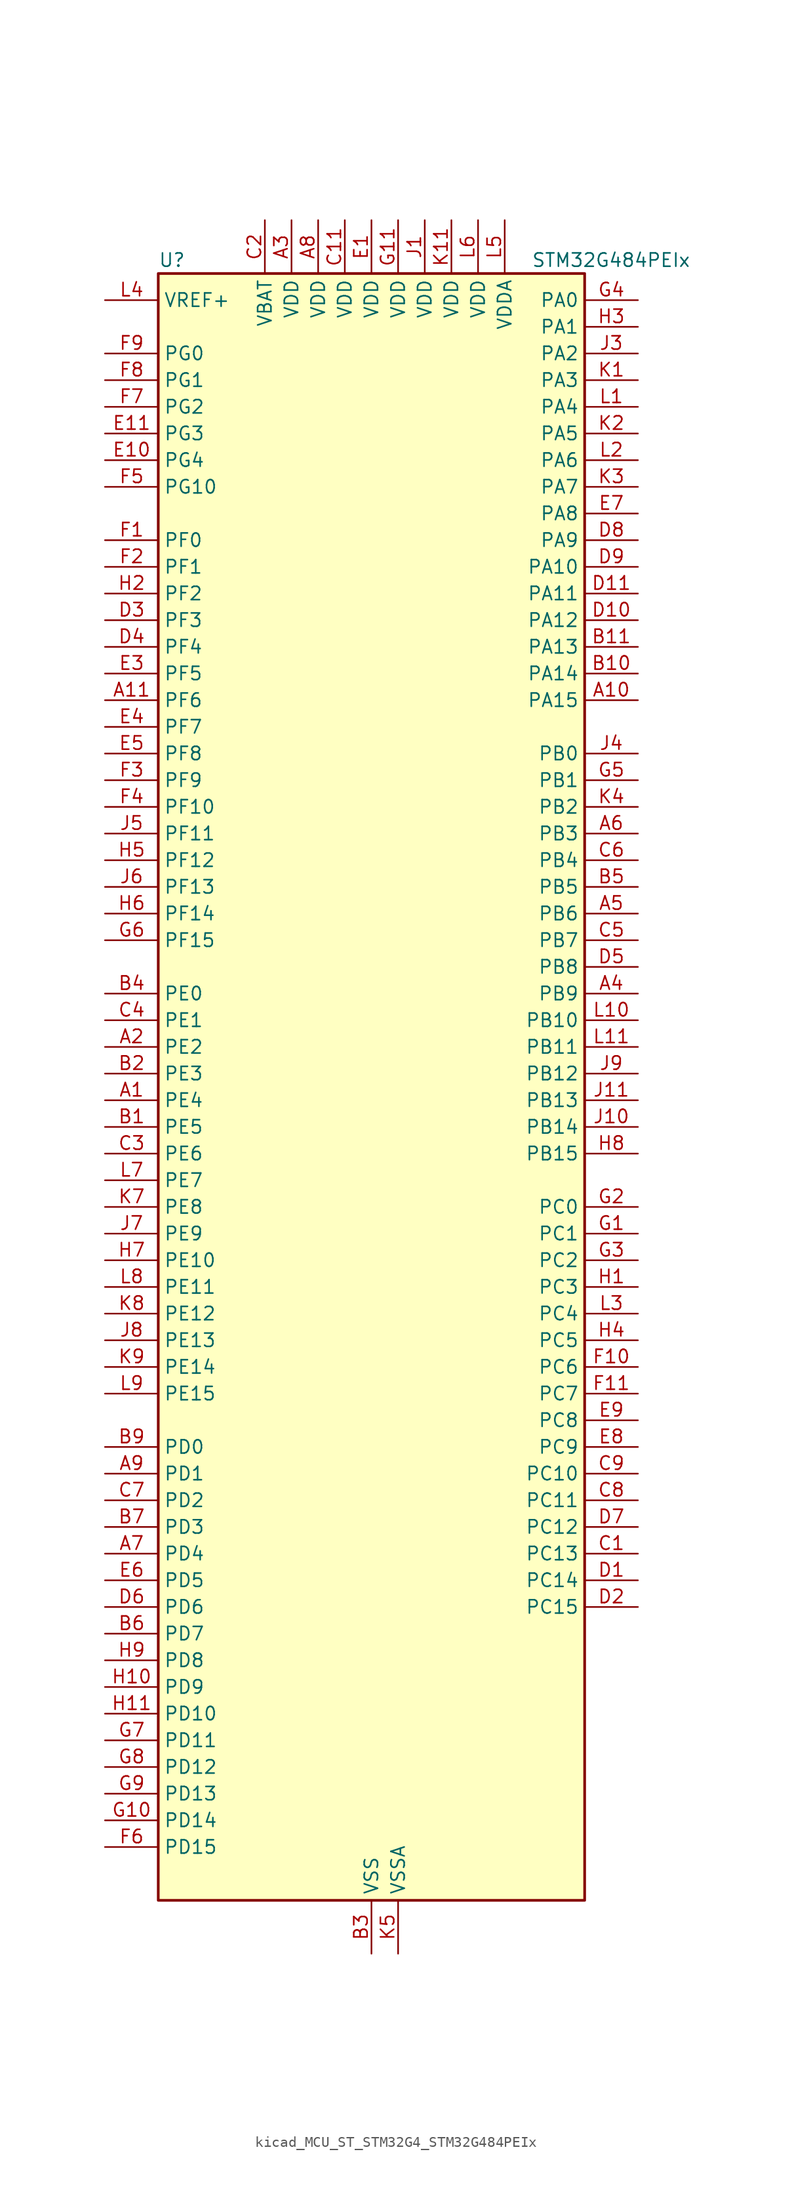
<source format=kicad_sym>
(kicad_symbol_lib
  (version 20220914)
  (generator kicad_symbol_editor)
  (symbol "kicad_MCU_ST_STM32G4_STM32G484PEIx"
    (property "Reference" "U"
      (at -20.32 80.01 0)
      (effects (font (size 1.27 1.27)) (justify left)))
    (property "Value" "STM32G484PEIx"
      (at 15.24 80.01 0)
      (effects (font (size 1.27 1.27)) (justify left)))
    (property "ki_locked" ""
      (at 0 0 0)
      (effects (font (size 1.27 1.27))))
    (symbol "kicad_MCU_ST_STM32G4_STM32G484PEIx_0_1"
      (rectangle (start -20.32 -76.2) (end 20.32 78.74) (stroke (width 0.254) (type default)) (fill (type background))))
    (symbol "kicad_MCU_ST_STM32G4_STM32G484PEIx_1_1"
      (pin bidirectional line (at -25.4 0 0) (length 5.08) (name "PE4" (effects (font (size 1.27 1.27)))) (number "A1" (effects (font (size 1.27 1.27)))) (alternate "FMC_A20" bidirectional line) (alternate "SAI1_D2" bidirectional line) (alternate "SAI1_FS_A" bidirectional line) (alternate "SPI4_NSS" bidirectional line) (alternate "SYS_TRACED1" bidirectional line) (alternate "TIM20_CH1N" bidirectional line) (alternate "TIM3_CH3" bidirectional line))
      (pin bidirectional line (at 25.4 38.1 180) (length 5.08) (name "PA15" (effects (font (size 1.27 1.27)))) (number "A10" (effects (font (size 1.27 1.27)))) (alternate "ADC1_EXTI15" bidirectional line) (alternate "ADC2_EXTI15" bidirectional line) (alternate "FDCAN3_TX" bidirectional line) (alternate "HRTIM1_FLT2" bidirectional line) (alternate "I2C1_SCL" bidirectional line) (alternate "I2S3_WS" bidirectional line) (alternate "SPI1_NSS" bidirectional line) (alternate "SPI3_NSS" bidirectional line) (alternate "SYS_JTDI" bidirectional line) (alternate "TIM1_BKIN" bidirectional line) (alternate "TIM2_CH1" bidirectional line) (alternate "TIM2_ETR" bidirectional line) (alternate "TIM8_CH1" bidirectional line) (alternate "UART4_DE" bidirectional line) (alternate "UART4_RTS" bidirectional line) (alternate "USART2_RX" bidirectional line))
      (pin bidirectional line (at -25.4 38.1 0) (length 5.08) (name "PF6" (effects (font (size 1.27 1.27)))) (number "A11" (effects (font (size 1.27 1.27)))) (alternate "I2C2_SCL" bidirectional line) (alternate "QUADSPI1_BK1_IO3" bidirectional line) (alternate "SAI1_SD_B" bidirectional line) (alternate "TIM4_CH4" bidirectional line) (alternate "TIM5_CH1" bidirectional line) (alternate "TIM5_ETR" bidirectional line) (alternate "USART3_RTS" bidirectional line))
      (pin bidirectional line (at -25.4 5.08 0) (length 5.08) (name "PE2" (effects (font (size 1.27 1.27)))) (number "A2" (effects (font (size 1.27 1.27)))) (alternate "ADC3_EXTI2" bidirectional line) (alternate "ADC4_EXTI2" bidirectional line) (alternate "ADC5_EXTI2" bidirectional line) (alternate "FMC_A23" bidirectional line) (alternate "SAI1_CK1" bidirectional line) (alternate "SAI1_MCLK_A" bidirectional line) (alternate "SPI4_SCK" bidirectional line) (alternate "SYS_TRACECLK" bidirectional line) (alternate "TIM20_CH1" bidirectional line) (alternate "TIM3_CH1" bidirectional line))
      (pin power_in line (at -7.62 83.82 270) (length 5.08) (name "VDD" (effects (font (size 1.27 1.27)))) (number "A3" (effects (font (size 1.27 1.27)))))
      (pin bidirectional line (at 25.4 10.16 180) (length 5.08) (name "PB9" (effects (font (size 1.27 1.27)))) (number "A4" (effects (font (size 1.27 1.27)))) (alternate "COMP2_OUT" bidirectional line) (alternate "DAC1_EXTI9" bidirectional line) (alternate "DAC2_EXTI9" bidirectional line) (alternate "DAC3_EXTI9" bidirectional line) (alternate "DAC4_EXTI9" bidirectional line) (alternate "FDCAN1_TX" bidirectional line) (alternate "HRTIM1_EEV5" bidirectional line) (alternate "I2C1_SDA" bidirectional line) (alternate "IR_OUT" bidirectional line) (alternate "SAI1_D2" bidirectional line) (alternate "SAI1_FS_A" bidirectional line) (alternate "TIM17_CH1" bidirectional line) (alternate "TIM1_CH3N" bidirectional line) (alternate "TIM4_CH4" bidirectional line) (alternate "TIM8_CH3" bidirectional line) (alternate "USART3_TX" bidirectional line))
      (pin bidirectional line (at 25.4 17.78 180) (length 5.08) (name "PB6" (effects (font (size 1.27 1.27)))) (number "A5" (effects (font (size 1.27 1.27)))) (alternate "COMP4_OUT" bidirectional line) (alternate "FDCAN2_TX" bidirectional line) (alternate "HRTIM1_EEV4" bidirectional line) (alternate "HRTIM1_SCIN" bidirectional line) (alternate "LPTIM1_ETR" bidirectional line) (alternate "SAI1_FS_B" bidirectional line) (alternate "TIM16_CH1N" bidirectional line) (alternate "TIM4_CH1" bidirectional line) (alternate "TIM8_BKIN2" bidirectional line) (alternate "TIM8_CH1" bidirectional line) (alternate "TIM8_ETR" bidirectional line) (alternate "UCPD1_CC1" bidirectional line) (alternate "USART1_TX" bidirectional line))
      (pin bidirectional line (at 25.4 25.4 180) (length 5.08) (name "PB3" (effects (font (size 1.27 1.27)))) (number "A6" (effects (font (size 1.27 1.27)))) (alternate "ADC3_EXTI3" bidirectional line) (alternate "ADC4_EXTI3" bidirectional line) (alternate "ADC5_EXTI3" bidirectional line) (alternate "CRS_SYNC" bidirectional line) (alternate "FDCAN3_RX" bidirectional line) (alternate "HRTIM1_EEV9" bidirectional line) (alternate "HRTIM1_SCOUT" bidirectional line) (alternate "I2S3_CK" bidirectional line) (alternate "SAI1_SCK_B" bidirectional line) (alternate "SPI1_SCK" bidirectional line) (alternate "SPI3_SCK" bidirectional line) (alternate "SYS_JTDO-SWO" bidirectional line) (alternate "TIM2_CH2" bidirectional line) (alternate "TIM3_ETR" bidirectional line) (alternate "TIM4_ETR" bidirectional line) (alternate "TIM8_CH1N" bidirectional line) (alternate "USART2_TX" bidirectional line))
      (pin bidirectional line (at -25.4 -43.18 0) (length 5.08) (name "PD4" (effects (font (size 1.27 1.27)))) (number "A7" (effects (font (size 1.27 1.27)))) (alternate "FMC_NOE" bidirectional line) (alternate "QUADSPI1_BK2_IO0" bidirectional line) (alternate "TIM2_CH2" bidirectional line) (alternate "USART2_DE" bidirectional line) (alternate "USART2_RTS" bidirectional line))
      (pin power_in line (at -5.08 83.82 270) (length 5.08) (name "VDD" (effects (font (size 1.27 1.27)))) (number "A8" (effects (font (size 1.27 1.27)))))
      (pin bidirectional line (at -25.4 -35.56 0) (length 5.08) (name "PD1" (effects (font (size 1.27 1.27)))) (number "A9" (effects (font (size 1.27 1.27)))) (alternate "FDCAN1_TX" bidirectional line) (alternate "FMC_D3" bidirectional line) (alternate "FMC_DA3" bidirectional line) (alternate "TIM8_BKIN2" bidirectional line) (alternate "TIM8_CH4" bidirectional line))
      (pin bidirectional line (at -25.4 -2.54 0) (length 5.08) (name "PE5" (effects (font (size 1.27 1.27)))) (number "B1" (effects (font (size 1.27 1.27)))) (alternate "FMC_A21" bidirectional line) (alternate "SAI1_CK2" bidirectional line) (alternate "SAI1_SCK_A" bidirectional line) (alternate "SPI4_MISO" bidirectional line) (alternate "SYS_TRACED2" bidirectional line) (alternate "TIM20_CH2N" bidirectional line) (alternate "TIM3_CH4" bidirectional line))
      (pin bidirectional line (at 25.4 40.64 180) (length 5.08) (name "PA14" (effects (font (size 1.27 1.27)))) (number "B10" (effects (font (size 1.27 1.27)))) (alternate "I2C1_SDA" bidirectional line) (alternate "I2C4_SMBA" bidirectional line) (alternate "LPTIM1_OUT" bidirectional line) (alternate "SAI1_FS_B" bidirectional line) (alternate "SYS_JTCK-SWCLK" bidirectional line) (alternate "TIM1_BKIN" bidirectional line) (alternate "TIM8_CH2" bidirectional line) (alternate "USART2_TX" bidirectional line))
      (pin bidirectional line (at 25.4 43.18 180) (length 5.08) (name "PA13" (effects (font (size 1.27 1.27)))) (number "B11" (effects (font (size 1.27 1.27)))) (alternate "I2C1_SCL" bidirectional line) (alternate "I2C4_SCL" bidirectional line) (alternate "IR_OUT" bidirectional line) (alternate "SAI1_SD_B" bidirectional line) (alternate "SYS_JTMS-SWDIO" bidirectional line) (alternate "TIM16_CH1N" bidirectional line) (alternate "TIM4_CH3" bidirectional line) (alternate "USART3_CTS" bidirectional line) (alternate "USART3_NSS" bidirectional line))
      (pin bidirectional line (at -25.4 2.54 0) (length 5.08) (name "PE3" (effects (font (size 1.27 1.27)))) (number "B2" (effects (font (size 1.27 1.27)))) (alternate "ADC3_EXTI3" bidirectional line) (alternate "ADC4_EXTI3" bidirectional line) (alternate "ADC5_EXTI3" bidirectional line) (alternate "FMC_A19" bidirectional line) (alternate "SAI1_SD_B" bidirectional line) (alternate "SPI4_NSS" bidirectional line) (alternate "SYS_TRACED0" bidirectional line) (alternate "TIM20_CH2" bidirectional line) (alternate "TIM3_CH2" bidirectional line))
      (pin power_in line (at 0 -81.28 90) (length 5.08) (name "VSS" (effects (font (size 1.27 1.27)))) (number "B3" (effects (font (size 1.27 1.27)))))
      (pin bidirectional line (at -25.4 10.16 0) (length 5.08) (name "PE0" (effects (font (size 1.27 1.27)))) (number "B4" (effects (font (size 1.27 1.27)))) (alternate "FMC_NBL0" bidirectional line) (alternate "TIM16_CH1" bidirectional line) (alternate "TIM20_CH4N" bidirectional line) (alternate "TIM20_ETR" bidirectional line) (alternate "TIM4_ETR" bidirectional line) (alternate "USART1_TX" bidirectional line))
      (pin bidirectional line (at 25.4 20.32 180) (length 5.08) (name "PB5" (effects (font (size 1.27 1.27)))) (number "B5" (effects (font (size 1.27 1.27)))) (alternate "FDCAN2_RX" bidirectional line) (alternate "HRTIM1_EEV6" bidirectional line) (alternate "I2C1_SMBA" bidirectional line) (alternate "I2C3_SDA" bidirectional line) (alternate "I2S3_SD" bidirectional line) (alternate "LPTIM1_IN1" bidirectional line) (alternate "SAI1_SD_B" bidirectional line) (alternate "SPI1_MOSI" bidirectional line) (alternate "SPI3_MOSI" bidirectional line) (alternate "TIM16_BKIN" bidirectional line) (alternate "TIM17_CH1" bidirectional line) (alternate "TIM3_CH2" bidirectional line) (alternate "TIM8_CH3N" bidirectional line) (alternate "UART5_CTS" bidirectional line) (alternate "USART2_CK" bidirectional line))
      (pin bidirectional line (at -25.4 -50.8 0) (length 5.08) (name "PD7" (effects (font (size 1.27 1.27)))) (number "B6" (effects (font (size 1.27 1.27)))) (alternate "FMC_NCE" bidirectional line) (alternate "FMC_NE1" bidirectional line) (alternate "QUADSPI1_BK2_IO3" bidirectional line) (alternate "TIM2_CH3" bidirectional line) (alternate "USART2_CK" bidirectional line))
      (pin bidirectional line (at -25.4 -40.64 0) (length 5.08) (name "PD3" (effects (font (size 1.27 1.27)))) (number "B7" (effects (font (size 1.27 1.27)))) (alternate "ADC3_EXTI3" bidirectional line) (alternate "ADC4_EXTI3" bidirectional line) (alternate "ADC5_EXTI3" bidirectional line) (alternate "FMC_CLK" bidirectional line) (alternate "QUADSPI1_BK2_NCS" bidirectional line) (alternate "TIM2_CH1" bidirectional line) (alternate "TIM2_ETR" bidirectional line) (alternate "USART2_CTS" bidirectional line) (alternate "USART2_NSS" bidirectional line))
      (pin passive line (at 0 -81.28 90) (length 5.08) hide (name "VSS" (effects (font (size 1.27 1.27)))) (number "B8" (effects (font (size 1.27 1.27)))))
      (pin bidirectional line (at -25.4 -33.02 0) (length 5.08) (name "PD0" (effects (font (size 1.27 1.27)))) (number "B9" (effects (font (size 1.27 1.27)))) (alternate "FDCAN1_RX" bidirectional line) (alternate "FMC_D2" bidirectional line) (alternate "FMC_DA2" bidirectional line) (alternate "TIM8_CH4N" bidirectional line))
      (pin bidirectional line (at 25.4 -43.18 180) (length 5.08) (name "PC13" (effects (font (size 1.27 1.27)))) (number "C1" (effects (font (size 1.27 1.27)))) (alternate "RTC_OUT1" bidirectional line) (alternate "RTC_TAMP1" bidirectional line) (alternate "RTC_TS" bidirectional line) (alternate "SYS_WKUP2" bidirectional line) (alternate "TIM1_BKIN" bidirectional line) (alternate "TIM1_CH1N" bidirectional line) (alternate "TIM8_CH4N" bidirectional line))
      (pin passive line (at 0 -81.28 90) (length 5.08) hide (name "VSS" (effects (font (size 1.27 1.27)))) (number "C10" (effects (font (size 1.27 1.27)))))
      (pin power_in line (at -2.54 83.82 270) (length 5.08) (name "VDD" (effects (font (size 1.27 1.27)))) (number "C11" (effects (font (size 1.27 1.27)))))
      (pin power_in line (at -10.16 83.82 270) (length 5.08) (name "VBAT" (effects (font (size 1.27 1.27)))) (number "C2" (effects (font (size 1.27 1.27)))))
      (pin bidirectional line (at -25.4 -5.08 0) (length 5.08) (name "PE6" (effects (font (size 1.27 1.27)))) (number "C3" (effects (font (size 1.27 1.27)))) (alternate "FMC_A22" bidirectional line) (alternate "RTC_TAMP3" bidirectional line) (alternate "SAI1_D1" bidirectional line) (alternate "SAI1_SD_A" bidirectional line) (alternate "SPI4_MOSI" bidirectional line) (alternate "SYS_TRACED3" bidirectional line) (alternate "SYS_WKUP3" bidirectional line) (alternate "TIM20_CH3N" bidirectional line))
      (pin bidirectional line (at -25.4 7.62 0) (length 5.08) (name "PE1" (effects (font (size 1.27 1.27)))) (number "C4" (effects (font (size 1.27 1.27)))) (alternate "FMC_NBL1" bidirectional line) (alternate "TIM17_CH1" bidirectional line) (alternate "TIM20_CH4" bidirectional line) (alternate "USART1_RX" bidirectional line))
      (pin bidirectional line (at 25.4 15.24 180) (length 5.08) (name "PB7" (effects (font (size 1.27 1.27)))) (number "C5" (effects (font (size 1.27 1.27)))) (alternate "COMP3_OUT" bidirectional line) (alternate "FMC_NL" bidirectional line) (alternate "HRTIM1_EEV3" bidirectional line) (alternate "I2C1_SDA" bidirectional line) (alternate "I2C4_SDA" bidirectional line) (alternate "LPTIM1_IN2" bidirectional line) (alternate "SYS_PVD_IN" bidirectional line) (alternate "TIM17_CH1N" bidirectional line) (alternate "TIM3_CH4" bidirectional line) (alternate "TIM4_CH2" bidirectional line) (alternate "TIM8_BKIN" bidirectional line) (alternate "UART4_CTS" bidirectional line) (alternate "USART1_RX" bidirectional line))
      (pin bidirectional line (at 25.4 22.86 180) (length 5.08) (name "PB4" (effects (font (size 1.27 1.27)))) (number "C6" (effects (font (size 1.27 1.27)))) (alternate "FDCAN3_TX" bidirectional line) (alternate "HRTIM1_EEV7" bidirectional line) (alternate "SAI1_MCLK_B" bidirectional line) (alternate "SPI1_MISO" bidirectional line) (alternate "SPI3_MISO" bidirectional line) (alternate "SYS_JTRST" bidirectional line) (alternate "TIM16_CH1" bidirectional line) (alternate "TIM17_BKIN" bidirectional line) (alternate "TIM3_CH1" bidirectional line) (alternate "TIM8_CH2N" bidirectional line) (alternate "UART5_DE" bidirectional line) (alternate "UART5_RTS" bidirectional line) (alternate "UCPD1_CC2" bidirectional line) (alternate "USART2_RX" bidirectional line))
      (pin bidirectional line (at -25.4 -38.1 0) (length 5.08) (name "PD2" (effects (font (size 1.27 1.27)))) (number "C7" (effects (font (size 1.27 1.27)))) (alternate "ADC3_EXTI2" bidirectional line) (alternate "ADC4_EXTI2" bidirectional line) (alternate "ADC5_EXTI2" bidirectional line) (alternate "TIM3_ETR" bidirectional line) (alternate "TIM8_BKIN" bidirectional line) (alternate "UART5_RX" bidirectional line))
      (pin bidirectional line (at 25.4 -38.1 180) (length 5.08) (name "PC11" (effects (font (size 1.27 1.27)))) (number "C8" (effects (font (size 1.27 1.27)))) (alternate "ADC1_EXTI11" bidirectional line) (alternate "ADC2_EXTI11" bidirectional line) (alternate "HRTIM1_EEV2" bidirectional line) (alternate "I2C3_SDA" bidirectional line) (alternate "SPI3_MISO" bidirectional line) (alternate "TIM8_CH2N" bidirectional line) (alternate "UART4_RX" bidirectional line) (alternate "USART3_RX" bidirectional line))
      (pin bidirectional line (at 25.4 -35.56 180) (length 5.08) (name "PC10" (effects (font (size 1.27 1.27)))) (number "C9" (effects (font (size 1.27 1.27)))) (alternate "DAC1_EXTI10" bidirectional line) (alternate "DAC2_EXTI10" bidirectional line) (alternate "DAC3_EXTI10" bidirectional line) (alternate "DAC4_EXTI10" bidirectional line) (alternate "HRTIM1_FLT6" bidirectional line) (alternate "I2S3_CK" bidirectional line) (alternate "SPI3_SCK" bidirectional line) (alternate "TIM8_CH1N" bidirectional line) (alternate "UART4_TX" bidirectional line) (alternate "USART3_TX" bidirectional line))
      (pin bidirectional line (at 25.4 -45.72 180) (length 5.08) (name "PC14" (effects (font (size 1.27 1.27)))) (number "D1" (effects (font (size 1.27 1.27)))) (alternate "RCC_OSC32_IN" bidirectional line))
      (pin bidirectional line (at 25.4 45.72 180) (length 5.08) (name "PA12" (effects (font (size 1.27 1.27)))) (number "D10" (effects (font (size 1.27 1.27)))) (alternate "COMP2_OUT" bidirectional line) (alternate "FDCAN1_TX" bidirectional line) (alternate "HRTIM1_FLT1" bidirectional line) (alternate "I2S_CKIN" bidirectional line) (alternate "TIM16_CH1" bidirectional line) (alternate "TIM1_CH2N" bidirectional line) (alternate "TIM1_ETR" bidirectional line) (alternate "TIM4_CH2" bidirectional line) (alternate "USART1_DE" bidirectional line) (alternate "USART1_RTS" bidirectional line) (alternate "USB_DP" bidirectional line))
      (pin bidirectional line (at 25.4 48.26 180) (length 5.08) (name "PA11" (effects (font (size 1.27 1.27)))) (number "D11" (effects (font (size 1.27 1.27)))) (alternate "ADC1_EXTI11" bidirectional line) (alternate "ADC2_EXTI11" bidirectional line) (alternate "COMP1_OUT" bidirectional line) (alternate "FDCAN1_RX" bidirectional line) (alternate "HRTIM1_CHB2" bidirectional line) (alternate "I2S2_SD" bidirectional line) (alternate "SPI2_MOSI" bidirectional line) (alternate "TIM1_BKIN2" bidirectional line) (alternate "TIM1_CH1N" bidirectional line) (alternate "TIM1_CH4" bidirectional line) (alternate "TIM4_CH1" bidirectional line) (alternate "USART1_CTS" bidirectional line) (alternate "USART1_NSS" bidirectional line) (alternate "USB_DM" bidirectional line))
      (pin bidirectional line (at 25.4 -48.26 180) (length 5.08) (name "PC15" (effects (font (size 1.27 1.27)))) (number "D2" (effects (font (size 1.27 1.27)))) (alternate "ADC1_EXTI15" bidirectional line) (alternate "ADC2_EXTI15" bidirectional line) (alternate "RCC_OSC32_OUT" bidirectional line))
      (pin bidirectional line (at -25.4 45.72 0) (length 5.08) (name "PF3" (effects (font (size 1.27 1.27)))) (number "D3" (effects (font (size 1.27 1.27)))) (alternate "ADC3_EXTI3" bidirectional line) (alternate "ADC4_EXTI3" bidirectional line) (alternate "ADC5_EXTI3" bidirectional line) (alternate "FMC_A3" bidirectional line) (alternate "I2C3_SCL" bidirectional line) (alternate "TIM20_CH4" bidirectional line))
      (pin bidirectional line (at -25.4 43.18 0) (length 5.08) (name "PF4" (effects (font (size 1.27 1.27)))) (number "D4" (effects (font (size 1.27 1.27)))) (alternate "COMP1_OUT" bidirectional line) (alternate "FMC_A4" bidirectional line) (alternate "I2C3_SDA" bidirectional line) (alternate "TIM20_CH1N" bidirectional line))
      (pin bidirectional line (at 25.4 12.7 180) (length 5.08) (name "PB8" (effects (font (size 1.27 1.27)))) (number "D5" (effects (font (size 1.27 1.27)))) (alternate "COMP1_OUT" bidirectional line) (alternate "FDCAN1_RX" bidirectional line) (alternate "HRTIM1_EEV8" bidirectional line) (alternate "I2C1_SCL" bidirectional line) (alternate "SAI1_CK1" bidirectional line) (alternate "SAI1_MCLK_A" bidirectional line) (alternate "TIM16_CH1" bidirectional line) (alternate "TIM1_BKIN" bidirectional line) (alternate "TIM4_CH3" bidirectional line) (alternate "TIM8_CH2" bidirectional line) (alternate "USART3_RX" bidirectional line))
      (pin bidirectional line (at -25.4 -48.26 0) (length 5.08) (name "PD6" (effects (font (size 1.27 1.27)))) (number "D6" (effects (font (size 1.27 1.27)))) (alternate "FMC_NWAIT" bidirectional line) (alternate "QUADSPI1_BK2_IO2" bidirectional line) (alternate "SAI1_D1" bidirectional line) (alternate "SAI1_SD_A" bidirectional line) (alternate "TIM2_CH4" bidirectional line) (alternate "USART2_RX" bidirectional line))
      (pin bidirectional line (at 25.4 -40.64 180) (length 5.08) (name "PC12" (effects (font (size 1.27 1.27)))) (number "D7" (effects (font (size 1.27 1.27)))) (alternate "HRTIM1_EEV1" bidirectional line) (alternate "I2S3_SD" bidirectional line) (alternate "SPI3_MOSI" bidirectional line) (alternate "TIM5_CH2" bidirectional line) (alternate "TIM8_CH3N" bidirectional line) (alternate "UART5_TX" bidirectional line) (alternate "UCPD1_FRSTX1" bidirectional line) (alternate "UCPD1_FRSTX2" bidirectional line) (alternate "USART3_CK" bidirectional line))
      (pin bidirectional line (at 25.4 53.34 180) (length 5.08) (name "PA9" (effects (font (size 1.27 1.27)))) (number "D8" (effects (font (size 1.27 1.27)))) (alternate "ADC5_IN2" bidirectional line) (alternate "COMP5_OUT" bidirectional line) (alternate "DAC1_EXTI9" bidirectional line) (alternate "DAC2_EXTI9" bidirectional line) (alternate "DAC3_EXTI9" bidirectional line) (alternate "DAC4_EXTI9" bidirectional line) (alternate "HRTIM1_CHA2" bidirectional line) (alternate "I2C2_SCL" bidirectional line) (alternate "I2C3_SMBA" bidirectional line) (alternate "I2S3_MCK" bidirectional line) (alternate "SAI1_FS_A" bidirectional line) (alternate "TIM15_BKIN" bidirectional line) (alternate "TIM1_CH2" bidirectional line) (alternate "TIM2_CH3" bidirectional line) (alternate "UCPD1_DBCC1" bidirectional line) (alternate "USART1_TX" bidirectional line))
      (pin bidirectional line (at 25.4 50.8 180) (length 5.08) (name "PA10" (effects (font (size 1.27 1.27)))) (number "D9" (effects (font (size 1.27 1.27)))) (alternate "COMP6_OUT" bidirectional line) (alternate "CRS_SYNC" bidirectional line) (alternate "DAC1_EXTI10" bidirectional line) (alternate "DAC2_EXTI10" bidirectional line) (alternate "DAC3_EXTI10" bidirectional line) (alternate "DAC4_EXTI10" bidirectional line) (alternate "HRTIM1_CHB1" bidirectional line) (alternate "I2C2_SMBA" bidirectional line) (alternate "SAI1_D1" bidirectional line) (alternate "SAI1_SD_A" bidirectional line) (alternate "SPI2_MISO" bidirectional line) (alternate "TIM17_BKIN" bidirectional line) (alternate "TIM1_CH3" bidirectional line) (alternate "TIM2_CH4" bidirectional line) (alternate "TIM8_BKIN" bidirectional line) (alternate "UCPD1_DBCC2" bidirectional line) (alternate "USART1_RX" bidirectional line))
      (pin power_in line (at 0 83.82 270) (length 5.08) (name "VDD" (effects (font (size 1.27 1.27)))) (number "E1" (effects (font (size 1.27 1.27)))))
      (pin bidirectional line (at -25.4 60.96 0) (length 5.08) (name "PG4" (effects (font (size 1.27 1.27)))) (number "E10" (effects (font (size 1.27 1.27)))) (alternate "FMC_A14" bidirectional line) (alternate "I2C4_SDA" bidirectional line) (alternate "SPI1_MOSI" bidirectional line) (alternate "TIM20_BKIN2" bidirectional line))
      (pin bidirectional line (at -25.4 63.5 0) (length 5.08) (name "PG3" (effects (font (size 1.27 1.27)))) (number "E11" (effects (font (size 1.27 1.27)))) (alternate "ADC3_EXTI3" bidirectional line) (alternate "ADC4_EXTI3" bidirectional line) (alternate "ADC5_EXTI3" bidirectional line) (alternate "FMC_A13" bidirectional line) (alternate "I2C4_SCL" bidirectional line) (alternate "SPI1_MISO" bidirectional line) (alternate "TIM20_BKIN" bidirectional line) (alternate "TIM20_CH4N" bidirectional line))
      (pin passive line (at 0 -81.28 90) (length 5.08) hide (name "VSS" (effects (font (size 1.27 1.27)))) (number "E2" (effects (font (size 1.27 1.27)))))
      (pin bidirectional line (at -25.4 40.64 0) (length 5.08) (name "PF5" (effects (font (size 1.27 1.27)))) (number "E3" (effects (font (size 1.27 1.27)))) (alternate "FMC_A5" bidirectional line) (alternate "TIM20_CH2N" bidirectional line))
      (pin bidirectional line (at -25.4 35.56 0) (length 5.08) (name "PF7" (effects (font (size 1.27 1.27)))) (number "E4" (effects (font (size 1.27 1.27)))) (alternate "FMC_A1" bidirectional line) (alternate "QUADSPI1_BK1_IO2" bidirectional line) (alternate "SAI1_MCLK_B" bidirectional line) (alternate "TIM20_BKIN" bidirectional line) (alternate "TIM5_CH2" bidirectional line))
      (pin bidirectional line (at -25.4 33.02 0) (length 5.08) (name "PF8" (effects (font (size 1.27 1.27)))) (number "E5" (effects (font (size 1.27 1.27)))) (alternate "FMC_A24" bidirectional line) (alternate "QUADSPI1_BK1_IO0" bidirectional line) (alternate "SAI1_SCK_B" bidirectional line) (alternate "TIM20_BKIN2" bidirectional line) (alternate "TIM5_CH3" bidirectional line))
      (pin bidirectional line (at -25.4 -45.72 0) (length 5.08) (name "PD5" (effects (font (size 1.27 1.27)))) (number "E6" (effects (font (size 1.27 1.27)))) (alternate "FMC_NWE" bidirectional line) (alternate "QUADSPI1_BK2_IO1" bidirectional line) (alternate "USART2_TX" bidirectional line))
      (pin bidirectional line (at 25.4 55.88 180) (length 5.08) (name "PA8" (effects (font (size 1.27 1.27)))) (number "E7" (effects (font (size 1.27 1.27)))) (alternate "ADC5_IN1" bidirectional line) (alternate "COMP7_OUT" bidirectional line) (alternate "FDCAN3_RX" bidirectional line) (alternate "HRTIM1_CHA1" bidirectional line) (alternate "I2C2_SDA" bidirectional line) (alternate "I2C3_SCL" bidirectional line) (alternate "I2S2_MCK" bidirectional line) (alternate "OPAMP5_VOUT" bidirectional line) (alternate "RCC_MCO" bidirectional line) (alternate "SAI1_CK2" bidirectional line) (alternate "SAI1_SCK_A" bidirectional line) (alternate "TIM1_CH1" bidirectional line) (alternate "TIM4_ETR" bidirectional line) (alternate "USART1_CK" bidirectional line))
      (pin bidirectional line (at 25.4 -33.02 180) (length 5.08) (name "PC9" (effects (font (size 1.27 1.27)))) (number "E8" (effects (font (size 1.27 1.27)))) (alternate "DAC1_EXTI9" bidirectional line) (alternate "DAC2_EXTI9" bidirectional line) (alternate "DAC3_EXTI9" bidirectional line) (alternate "DAC4_EXTI9" bidirectional line) (alternate "HRTIM1_CHE2" bidirectional line) (alternate "I2C3_SDA" bidirectional line) (alternate "I2S_CKIN" bidirectional line) (alternate "TIM3_CH4" bidirectional line) (alternate "TIM8_BKIN2" bidirectional line) (alternate "TIM8_CH4" bidirectional line))
      (pin bidirectional line (at 25.4 -30.48 180) (length 5.08) (name "PC8" (effects (font (size 1.27 1.27)))) (number "E9" (effects (font (size 1.27 1.27)))) (alternate "COMP7_OUT" bidirectional line) (alternate "HRTIM1_CHE1" bidirectional line) (alternate "I2C3_SCL" bidirectional line) (alternate "TIM20_CH3" bidirectional line) (alternate "TIM3_CH3" bidirectional line) (alternate "TIM8_CH3" bidirectional line))
      (pin bidirectional line (at -25.4 53.34 0) (length 5.08) (name "PF0" (effects (font (size 1.27 1.27)))) (number "F1" (effects (font (size 1.27 1.27)))) (alternate "ADC1_IN10" bidirectional line) (alternate "I2C2_SDA" bidirectional line) (alternate "I2S2_WS" bidirectional line) (alternate "RCC_OSC_IN" bidirectional line) (alternate "SPI2_NSS" bidirectional line) (alternate "TIM1_CH3N" bidirectional line))
      (pin bidirectional line (at 25.4 -25.4 180) (length 5.08) (name "PC6" (effects (font (size 1.27 1.27)))) (number "F10" (effects (font (size 1.27 1.27)))) (alternate "COMP6_OUT" bidirectional line) (alternate "HRTIM1_CHF1" bidirectional line) (alternate "HRTIM1_EEV10" bidirectional line) (alternate "I2C4_SCL" bidirectional line) (alternate "I2S2_MCK" bidirectional line) (alternate "TIM3_CH1" bidirectional line) (alternate "TIM8_CH1" bidirectional line))
      (pin bidirectional line (at 25.4 -27.94 180) (length 5.08) (name "PC7" (effects (font (size 1.27 1.27)))) (number "F11" (effects (font (size 1.27 1.27)))) (alternate "COMP5_OUT" bidirectional line) (alternate "HRTIM1_CHF2" bidirectional line) (alternate "HRTIM1_FLT5" bidirectional line) (alternate "I2C4_SDA" bidirectional line) (alternate "I2S3_MCK" bidirectional line) (alternate "TIM3_CH2" bidirectional line) (alternate "TIM8_CH2" bidirectional line))
      (pin bidirectional line (at -25.4 50.8 0) (length 5.08) (name "PF1" (effects (font (size 1.27 1.27)))) (number "F2" (effects (font (size 1.27 1.27)))) (alternate "ADC2_IN10" bidirectional line) (alternate "COMP3_INM" bidirectional line) (alternate "I2S2_CK" bidirectional line) (alternate "RCC_OSC_OUT" bidirectional line) (alternate "SPI2_SCK" bidirectional line))
      (pin bidirectional line (at -25.4 30.48 0) (length 5.08) (name "PF9" (effects (font (size 1.27 1.27)))) (number "F3" (effects (font (size 1.27 1.27)))) (alternate "DAC1_EXTI9" bidirectional line) (alternate "DAC2_EXTI9" bidirectional line) (alternate "DAC3_EXTI9" bidirectional line) (alternate "DAC4_EXTI9" bidirectional line) (alternate "FMC_A25" bidirectional line) (alternate "QUADSPI1_BK1_IO1" bidirectional line) (alternate "SAI1_FS_B" bidirectional line) (alternate "SPI2_SCK" bidirectional line) (alternate "TIM15_CH1" bidirectional line) (alternate "TIM20_BKIN" bidirectional line) (alternate "TIM5_CH4" bidirectional line))
      (pin bidirectional line (at -25.4 27.94 0) (length 5.08) (name "PF10" (effects (font (size 1.27 1.27)))) (number "F4" (effects (font (size 1.27 1.27)))) (alternate "DAC1_EXTI10" bidirectional line) (alternate "DAC2_EXTI10" bidirectional line) (alternate "DAC3_EXTI10" bidirectional line) (alternate "DAC4_EXTI10" bidirectional line) (alternate "FMC_A0" bidirectional line) (alternate "QUADSPI1_CLK" bidirectional line) (alternate "SAI1_D3" bidirectional line) (alternate "SPI2_SCK" bidirectional line) (alternate "TIM15_CH2" bidirectional line) (alternate "TIM20_BKIN2" bidirectional line))
      (pin bidirectional line (at -25.4 58.42 0) (length 5.08) (name "PG10" (effects (font (size 1.27 1.27)))) (number "F5" (effects (font (size 1.27 1.27)))) (alternate "DAC1_EXTI10" bidirectional line) (alternate "DAC2_EXTI10" bidirectional line) (alternate "DAC3_EXTI10" bidirectional line) (alternate "DAC4_EXTI10" bidirectional line) (alternate "RCC_MCO" bidirectional line))
      (pin bidirectional line (at -25.4 -71.12 0) (length 5.08) (name "PD15" (effects (font (size 1.27 1.27)))) (number "F6" (effects (font (size 1.27 1.27)))) (alternate "ADC1_EXTI15" bidirectional line) (alternate "ADC2_EXTI15" bidirectional line) (alternate "COMP7_INM" bidirectional line) (alternate "FMC_D1" bidirectional line) (alternate "FMC_DA1" bidirectional line) (alternate "SPI2_NSS" bidirectional line) (alternate "TIM4_CH4" bidirectional line))
      (pin bidirectional line (at -25.4 66.04 0) (length 5.08) (name "PG2" (effects (font (size 1.27 1.27)))) (number "F7" (effects (font (size 1.27 1.27)))) (alternate "ADC3_EXTI2" bidirectional line) (alternate "ADC4_EXTI2" bidirectional line) (alternate "ADC5_EXTI2" bidirectional line) (alternate "FMC_A12" bidirectional line) (alternate "SPI1_SCK" bidirectional line) (alternate "TIM20_CH3N" bidirectional line))
      (pin bidirectional line (at -25.4 68.58 0) (length 5.08) (name "PG1" (effects (font (size 1.27 1.27)))) (number "F8" (effects (font (size 1.27 1.27)))) (alternate "FMC_A11" bidirectional line) (alternate "TIM20_CH2N" bidirectional line))
      (pin bidirectional line (at -25.4 71.12 0) (length 5.08) (name "PG0" (effects (font (size 1.27 1.27)))) (number "F9" (effects (font (size 1.27 1.27)))) (alternate "FMC_A10" bidirectional line) (alternate "TIM20_CH1N" bidirectional line))
      (pin bidirectional line (at 25.4 -12.7 180) (length 5.08) (name "PC1" (effects (font (size 1.27 1.27)))) (number "G1" (effects (font (size 1.27 1.27)))) (alternate "ADC1_IN7" bidirectional line) (alternate "ADC2_IN7" bidirectional line) (alternate "COMP3_INP" bidirectional line) (alternate "LPTIM1_OUT" bidirectional line) (alternate "LPUART1_TX" bidirectional line) (alternate "QUADSPI1_BK2_IO0" bidirectional line) (alternate "SAI1_SD_A" bidirectional line) (alternate "TIM1_CH2" bidirectional line))
      (pin bidirectional line (at -25.4 -68.58 0) (length 5.08) (name "PD14" (effects (font (size 1.27 1.27)))) (number "G10" (effects (font (size 1.27 1.27)))) (alternate "ADC3_IN11" bidirectional line) (alternate "ADC4_IN11" bidirectional line) (alternate "ADC5_IN11" bidirectional line) (alternate "COMP7_INP" bidirectional line) (alternate "FMC_D0" bidirectional line) (alternate "FMC_DA0" bidirectional line) (alternate "OPAMP2_VINP" bidirectional line) (alternate "OPAMP2_VINP_SEC" bidirectional line) (alternate "TIM4_CH3" bidirectional line))
      (pin power_in line (at 2.54 83.82 270) (length 5.08) (name "VDD" (effects (font (size 1.27 1.27)))) (number "G11" (effects (font (size 1.27 1.27)))))
      (pin bidirectional line (at 25.4 -10.16 180) (length 5.08) (name "PC0" (effects (font (size 1.27 1.27)))) (number "G2" (effects (font (size 1.27 1.27)))) (alternate "ADC1_IN6" bidirectional line) (alternate "ADC2_IN6" bidirectional line) (alternate "COMP3_INM" bidirectional line) (alternate "LPTIM1_IN1" bidirectional line) (alternate "LPUART1_RX" bidirectional line) (alternate "TIM1_CH1" bidirectional line))
      (pin bidirectional line (at 25.4 -15.24 180) (length 5.08) (name "PC2" (effects (font (size 1.27 1.27)))) (number "G3" (effects (font (size 1.27 1.27)))) (alternate "ADC1_IN8" bidirectional line) (alternate "ADC2_IN8" bidirectional line) (alternate "ADC3_EXTI2" bidirectional line) (alternate "ADC4_EXTI2" bidirectional line) (alternate "ADC5_EXTI2" bidirectional line) (alternate "COMP3_OUT" bidirectional line) (alternate "LPTIM1_IN2" bidirectional line) (alternate "QUADSPI1_BK2_IO1" bidirectional line) (alternate "TIM1_CH3" bidirectional line) (alternate "TIM20_CH2" bidirectional line))
      (pin bidirectional line (at 25.4 76.2 180) (length 5.08) (name "PA0" (effects (font (size 1.27 1.27)))) (number "G4" (effects (font (size 1.27 1.27)))) (alternate "ADC1_IN1" bidirectional line) (alternate "ADC2_IN1" bidirectional line) (alternate "COMP1_INM" bidirectional line) (alternate "COMP1_OUT" bidirectional line) (alternate "COMP3_INP" bidirectional line) (alternate "RTC_TAMP2" bidirectional line) (alternate "SYS_WKUP1" bidirectional line) (alternate "TIM2_CH1" bidirectional line) (alternate "TIM2_ETR" bidirectional line) (alternate "TIM5_CH1" bidirectional line) (alternate "TIM8_BKIN" bidirectional line) (alternate "TIM8_ETR" bidirectional line) (alternate "USART2_CTS" bidirectional line) (alternate "USART2_NSS" bidirectional line))
      (pin bidirectional line (at 25.4 30.48 180) (length 5.08) (name "PB1" (effects (font (size 1.27 1.27)))) (number "G5" (effects (font (size 1.27 1.27)))) (alternate "ADC1_IN12" bidirectional line) (alternate "ADC3_IN1" bidirectional line) (alternate "COMP1_INP" bidirectional line) (alternate "COMP4_OUT" bidirectional line) (alternate "HRTIM1_SCOUT" bidirectional line) (alternate "LPUART1_DE" bidirectional line) (alternate "LPUART1_RTS" bidirectional line) (alternate "OPAMP3_VOUT" bidirectional line) (alternate "OPAMP6_VINM" bidirectional line) (alternate "OPAMP6_VINM1" bidirectional line) (alternate "OPAMP6_VINM_SEC" bidirectional line) (alternate "QUADSPI1_BK1_IO0" bidirectional line) (alternate "TIM1_CH3N" bidirectional line) (alternate "TIM3_CH4" bidirectional line) (alternate "TIM8_CH3N" bidirectional line))
      (pin bidirectional line (at -25.4 15.24 0) (length 5.08) (name "PF15" (effects (font (size 1.27 1.27)))) (number "G6" (effects (font (size 1.27 1.27)))) (alternate "ADC1_EXTI15" bidirectional line) (alternate "ADC2_EXTI15" bidirectional line) (alternate "FMC_A9" bidirectional line) (alternate "I2C4_SDA" bidirectional line) (alternate "TIM20_CH4" bidirectional line))
      (pin bidirectional line (at -25.4 -60.96 0) (length 5.08) (name "PD11" (effects (font (size 1.27 1.27)))) (number "G7" (effects (font (size 1.27 1.27)))) (alternate "ADC1_EXTI11" bidirectional line) (alternate "ADC2_EXTI11" bidirectional line) (alternate "ADC3_IN8" bidirectional line) (alternate "ADC4_IN8" bidirectional line) (alternate "ADC5_IN8" bidirectional line) (alternate "COMP6_INP" bidirectional line) (alternate "FMC_A16" bidirectional line) (alternate "FMC_CLE" bidirectional line) (alternate "I2C4_SMBA" bidirectional line) (alternate "OPAMP4_VINP" bidirectional line) (alternate "OPAMP4_VINP_SEC" bidirectional line) (alternate "TIM5_ETR" bidirectional line) (alternate "USART3_CTS" bidirectional line) (alternate "USART3_NSS" bidirectional line))
      (pin bidirectional line (at -25.4 -63.5 0) (length 5.08) (name "PD12" (effects (font (size 1.27 1.27)))) (number "G8" (effects (font (size 1.27 1.27)))) (alternate "ADC3_IN9" bidirectional line) (alternate "ADC4_IN9" bidirectional line) (alternate "ADC5_IN9" bidirectional line) (alternate "COMP5_INP" bidirectional line) (alternate "FMC_A17" bidirectional line) (alternate "FMC_ALE" bidirectional line) (alternate "OPAMP5_VINP" bidirectional line) (alternate "OPAMP5_VINP_SEC" bidirectional line) (alternate "TIM4_CH1" bidirectional line) (alternate "USART3_DE" bidirectional line) (alternate "USART3_RTS" bidirectional line))
      (pin bidirectional line (at -25.4 -66.04 0) (length 5.08) (name "PD13" (effects (font (size 1.27 1.27)))) (number "G9" (effects (font (size 1.27 1.27)))) (alternate "ADC3_IN10" bidirectional line) (alternate "ADC4_IN10" bidirectional line) (alternate "ADC5_IN10" bidirectional line) (alternate "COMP5_INM" bidirectional line) (alternate "FMC_A18" bidirectional line) (alternate "TIM4_CH2" bidirectional line))
      (pin bidirectional line (at 25.4 -17.78 180) (length 5.08) (name "PC3" (effects (font (size 1.27 1.27)))) (number "H1" (effects (font (size 1.27 1.27)))) (alternate "ADC1_IN9" bidirectional line) (alternate "ADC2_IN9" bidirectional line) (alternate "ADC3_EXTI3" bidirectional line) (alternate "ADC4_EXTI3" bidirectional line) (alternate "ADC5_EXTI3" bidirectional line) (alternate "LPTIM1_ETR" bidirectional line) (alternate "OPAMP5_VINP" bidirectional line) (alternate "OPAMP5_VINP_SEC" bidirectional line) (alternate "QUADSPI1_BK2_IO2" bidirectional line) (alternate "SAI1_D1" bidirectional line) (alternate "SAI1_SD_A" bidirectional line) (alternate "TIM1_BKIN2" bidirectional line) (alternate "TIM1_CH4" bidirectional line))
      (pin bidirectional line (at -25.4 -55.88 0) (length 5.08) (name "PD9" (effects (font (size 1.27 1.27)))) (number "H10" (effects (font (size 1.27 1.27)))) (alternate "ADC4_IN13" bidirectional line) (alternate "ADC5_IN13" bidirectional line) (alternate "DAC1_EXTI9" bidirectional line) (alternate "DAC2_EXTI9" bidirectional line) (alternate "DAC3_EXTI9" bidirectional line) (alternate "DAC4_EXTI9" bidirectional line) (alternate "FMC_D14" bidirectional line) (alternate "FMC_DA14" bidirectional line) (alternate "OPAMP6_VINP" bidirectional line) (alternate "OPAMP6_VINP_SEC" bidirectional line) (alternate "USART3_RX" bidirectional line))
      (pin bidirectional line (at -25.4 -58.42 0) (length 5.08) (name "PD10" (effects (font (size 1.27 1.27)))) (number "H11" (effects (font (size 1.27 1.27)))) (alternate "ADC3_IN7" bidirectional line) (alternate "ADC4_IN7" bidirectional line) (alternate "ADC5_IN7" bidirectional line) (alternate "COMP6_INM" bidirectional line) (alternate "DAC1_EXTI10" bidirectional line) (alternate "DAC2_EXTI10" bidirectional line) (alternate "DAC3_EXTI10" bidirectional line) (alternate "DAC4_EXTI10" bidirectional line) (alternate "FMC_D15" bidirectional line) (alternate "FMC_DA15" bidirectional line) (alternate "USART3_CK" bidirectional line))
      (pin bidirectional line (at -25.4 48.26 0) (length 5.08) (name "PF2" (effects (font (size 1.27 1.27)))) (number "H2" (effects (font (size 1.27 1.27)))) (alternate "ADC3_EXTI2" bidirectional line) (alternate "ADC4_EXTI2" bidirectional line) (alternate "ADC5_EXTI2" bidirectional line) (alternate "FMC_A2" bidirectional line) (alternate "I2C2_SMBA" bidirectional line) (alternate "TIM20_CH3" bidirectional line))
      (pin bidirectional line (at 25.4 73.66 180) (length 5.08) (name "PA1" (effects (font (size 1.27 1.27)))) (number "H3" (effects (font (size 1.27 1.27)))) (alternate "ADC1_IN2" bidirectional line) (alternate "ADC2_IN2" bidirectional line) (alternate "COMP1_INP" bidirectional line) (alternate "OPAMP1_VINP" bidirectional line) (alternate "OPAMP1_VINP_SEC" bidirectional line) (alternate "OPAMP3_VINP" bidirectional line) (alternate "OPAMP3_VINP_SEC" bidirectional line) (alternate "OPAMP6_VINM" bidirectional line) (alternate "OPAMP6_VINM0" bidirectional line) (alternate "OPAMP6_VINM_SEC" bidirectional line) (alternate "RTC_REFIN" bidirectional line) (alternate "TIM15_CH1N" bidirectional line) (alternate "TIM2_CH2" bidirectional line) (alternate "TIM5_CH2" bidirectional line) (alternate "USART2_DE" bidirectional line) (alternate "USART2_RTS" bidirectional line))
      (pin bidirectional line (at 25.4 -22.86 180) (length 5.08) (name "PC5" (effects (font (size 1.27 1.27)))) (number "H4" (effects (font (size 1.27 1.27)))) (alternate "ADC2_IN11" bidirectional line) (alternate "HRTIM1_EEV10" bidirectional line) (alternate "OPAMP1_VINM" bidirectional line) (alternate "OPAMP1_VINM1" bidirectional line) (alternate "OPAMP1_VINM_SEC" bidirectional line) (alternate "OPAMP2_VINM" bidirectional line) (alternate "OPAMP2_VINM1" bidirectional line) (alternate "OPAMP2_VINM_SEC" bidirectional line) (alternate "SAI1_D3" bidirectional line) (alternate "SYS_WKUP5" bidirectional line) (alternate "TIM15_BKIN" bidirectional line) (alternate "TIM1_CH4N" bidirectional line) (alternate "USART1_RX" bidirectional line))
      (pin bidirectional line (at -25.4 22.86 0) (length 5.08) (name "PF12" (effects (font (size 1.27 1.27)))) (number "H5" (effects (font (size 1.27 1.27)))) (alternate "FMC_A6" bidirectional line) (alternate "TIM20_CH1" bidirectional line))
      (pin bidirectional line (at -25.4 17.78 0) (length 5.08) (name "PF14" (effects (font (size 1.27 1.27)))) (number "H6" (effects (font (size 1.27 1.27)))) (alternate "FMC_A8" bidirectional line) (alternate "I2C4_SCL" bidirectional line) (alternate "TIM20_CH3" bidirectional line))
      (pin bidirectional line (at -25.4 -15.24 0) (length 5.08) (name "PE10" (effects (font (size 1.27 1.27)))) (number "H7" (effects (font (size 1.27 1.27)))) (alternate "ADC3_IN14" bidirectional line) (alternate "ADC4_IN14" bidirectional line) (alternate "ADC5_IN14" bidirectional line) (alternate "DAC1_EXTI10" bidirectional line) (alternate "DAC2_EXTI10" bidirectional line) (alternate "DAC3_EXTI10" bidirectional line) (alternate "DAC4_EXTI10" bidirectional line) (alternate "FMC_D7" bidirectional line) (alternate "FMC_DA7" bidirectional line) (alternate "QUADSPI1_CLK" bidirectional line) (alternate "SAI1_MCLK_B" bidirectional line) (alternate "TIM1_CH2N" bidirectional line))
      (pin bidirectional line (at 25.4 -5.08 180) (length 5.08) (name "PB15" (effects (font (size 1.27 1.27)))) (number "H8" (effects (font (size 1.27 1.27)))) (alternate "ADC1_EXTI15" bidirectional line) (alternate "ADC2_EXTI15" bidirectional line) (alternate "ADC2_IN15" bidirectional line) (alternate "ADC4_IN5" bidirectional line) (alternate "COMP3_OUT" bidirectional line) (alternate "COMP6_INM" bidirectional line) (alternate "HRTIM1_CHD2" bidirectional line) (alternate "I2S2_SD" bidirectional line) (alternate "OPAMP5_VINM" bidirectional line) (alternate "OPAMP5_VINM0" bidirectional line) (alternate "OPAMP5_VINM_SEC" bidirectional line) (alternate "RTC_REFIN" bidirectional line) (alternate "SPI2_MOSI" bidirectional line) (alternate "TIM15_CH1N" bidirectional line) (alternate "TIM15_CH2" bidirectional line) (alternate "TIM1_CH3N" bidirectional line))
      (pin bidirectional line (at -25.4 -53.34 0) (length 5.08) (name "PD8" (effects (font (size 1.27 1.27)))) (number "H9" (effects (font (size 1.27 1.27)))) (alternate "ADC4_IN12" bidirectional line) (alternate "ADC5_IN12" bidirectional line) (alternate "FMC_D13" bidirectional line) (alternate "FMC_DA13" bidirectional line) (alternate "OPAMP4_VINM" bidirectional line) (alternate "OPAMP4_VINM1" bidirectional line) (alternate "OPAMP4_VINM_SEC" bidirectional line) (alternate "USART3_TX" bidirectional line))
      (pin power_in line (at 5.08 83.82 270) (length 5.08) (name "VDD" (effects (font (size 1.27 1.27)))) (number "J1" (effects (font (size 1.27 1.27)))))
      (pin bidirectional line (at 25.4 -2.54 180) (length 5.08) (name "PB14" (effects (font (size 1.27 1.27)))) (number "J10" (effects (font (size 1.27 1.27)))) (alternate "ADC1_IN5" bidirectional line) (alternate "ADC4_IN4" bidirectional line) (alternate "COMP4_OUT" bidirectional line) (alternate "COMP7_INP" bidirectional line) (alternate "HRTIM1_CHD1" bidirectional line) (alternate "OPAMP2_VINP" bidirectional line) (alternate "OPAMP2_VINP_SEC" bidirectional line) (alternate "OPAMP5_VINP" bidirectional line) (alternate "OPAMP5_VINP_SEC" bidirectional line) (alternate "SPI2_MISO" bidirectional line) (alternate "TIM15_CH1" bidirectional line) (alternate "TIM1_CH2N" bidirectional line) (alternate "USART3_DE" bidirectional line) (alternate "USART3_RTS" bidirectional line))
      (pin bidirectional line (at 25.4 0 180) (length 5.08) (name "PB13" (effects (font (size 1.27 1.27)))) (number "J11" (effects (font (size 1.27 1.27)))) (alternate "ADC3_IN5" bidirectional line) (alternate "COMP5_INP" bidirectional line) (alternate "FDCAN2_TX" bidirectional line) (alternate "HRTIM1_CHC2" bidirectional line) (alternate "I2S2_CK" bidirectional line) (alternate "LPUART1_CTS" bidirectional line) (alternate "OPAMP3_VINP" bidirectional line) (alternate "OPAMP3_VINP_SEC" bidirectional line) (alternate "OPAMP4_VINP" bidirectional line) (alternate "OPAMP4_VINP_SEC" bidirectional line) (alternate "OPAMP6_VINP" bidirectional line) (alternate "OPAMP6_VINP_SEC" bidirectional line) (alternate "SPI2_SCK" bidirectional line) (alternate "TIM1_CH1N" bidirectional line) (alternate "USART3_CTS" bidirectional line) (alternate "USART3_NSS" bidirectional line))
      (pin passive line (at 0 -81.28 90) (length 5.08) hide (name "VSS" (effects (font (size 1.27 1.27)))) (number "J2" (effects (font (size 1.27 1.27)))))
      (pin bidirectional line (at 25.4 71.12 180) (length 5.08) (name "PA2" (effects (font (size 1.27 1.27)))) (number "J3" (effects (font (size 1.27 1.27)))) (alternate "ADC1_IN3" bidirectional line) (alternate "ADC3_EXTI2" bidirectional line) (alternate "ADC4_EXTI2" bidirectional line) (alternate "ADC5_EXTI2" bidirectional line) (alternate "COMP2_INM" bidirectional line) (alternate "COMP2_OUT" bidirectional line) (alternate "LPUART1_TX" bidirectional line) (alternate "OPAMP1_VOUT" bidirectional line) (alternate "QUADSPI1_BK1_NCS" bidirectional line) (alternate "RCC_LSCO" bidirectional line) (alternate "SYS_WKUP4" bidirectional line) (alternate "TIM15_CH1" bidirectional line) (alternate "TIM2_CH3" bidirectional line) (alternate "TIM5_CH3" bidirectional line) (alternate "UCPD1_FRSTX1" bidirectional line) (alternate "UCPD1_FRSTX2" bidirectional line) (alternate "USART2_TX" bidirectional line))
      (pin bidirectional line (at 25.4 33.02 180) (length 5.08) (name "PB0" (effects (font (size 1.27 1.27)))) (number "J4" (effects (font (size 1.27 1.27)))) (alternate "ADC1_IN15" bidirectional line) (alternate "ADC3_IN12" bidirectional line) (alternate "COMP4_INP" bidirectional line) (alternate "HRTIM1_FLT5" bidirectional line) (alternate "OPAMP2_VINP" bidirectional line) (alternate "OPAMP2_VINP_SEC" bidirectional line) (alternate "OPAMP3_VINP" bidirectional line) (alternate "OPAMP3_VINP_SEC" bidirectional line) (alternate "QUADSPI1_BK1_IO1" bidirectional line) (alternate "TIM1_CH2N" bidirectional line) (alternate "TIM3_CH3" bidirectional line) (alternate "TIM8_CH2N" bidirectional line) (alternate "UCPD1_FRSTX1" bidirectional line) (alternate "UCPD1_FRSTX2" bidirectional line))
      (pin bidirectional line (at -25.4 25.4 0) (length 5.08) (name "PF11" (effects (font (size 1.27 1.27)))) (number "J5" (effects (font (size 1.27 1.27)))) (alternate "ADC1_EXTI11" bidirectional line) (alternate "ADC2_EXTI11" bidirectional line) (alternate "FMC_NE4" bidirectional line) (alternate "TIM20_ETR" bidirectional line))
      (pin bidirectional line (at -25.4 20.32 0) (length 5.08) (name "PF13" (effects (font (size 1.27 1.27)))) (number "J6" (effects (font (size 1.27 1.27)))) (alternate "FMC_A7" bidirectional line) (alternate "I2C4_SMBA" bidirectional line) (alternate "TIM20_CH2" bidirectional line))
      (pin bidirectional line (at -25.4 -12.7 0) (length 5.08) (name "PE9" (effects (font (size 1.27 1.27)))) (number "J7" (effects (font (size 1.27 1.27)))) (alternate "ADC3_IN2" bidirectional line) (alternate "DAC1_EXTI9" bidirectional line) (alternate "DAC2_EXTI9" bidirectional line) (alternate "DAC3_EXTI9" bidirectional line) (alternate "DAC4_EXTI9" bidirectional line) (alternate "FMC_D6" bidirectional line) (alternate "FMC_DA6" bidirectional line) (alternate "SAI1_FS_B" bidirectional line) (alternate "TIM1_CH1" bidirectional line) (alternate "TIM5_CH4" bidirectional line))
      (pin bidirectional line (at -25.4 -22.86 0) (length 5.08) (name "PE13" (effects (font (size 1.27 1.27)))) (number "J8" (effects (font (size 1.27 1.27)))) (alternate "ADC3_IN3" bidirectional line) (alternate "FMC_D10" bidirectional line) (alternate "FMC_DA10" bidirectional line) (alternate "QUADSPI1_BK1_IO1" bidirectional line) (alternate "SPI4_MISO" bidirectional line) (alternate "TIM1_CH3" bidirectional line))
      (pin bidirectional line (at 25.4 2.54 180) (length 5.08) (name "PB12" (effects (font (size 1.27 1.27)))) (number "J9" (effects (font (size 1.27 1.27)))) (alternate "ADC1_IN11" bidirectional line) (alternate "ADC4_IN3" bidirectional line) (alternate "COMP7_INM" bidirectional line) (alternate "FDCAN2_RX" bidirectional line) (alternate "HRTIM1_CHC1" bidirectional line) (alternate "I2C2_SMBA" bidirectional line) (alternate "I2S2_WS" bidirectional line) (alternate "LPUART1_DE" bidirectional line) (alternate "LPUART1_RTS" bidirectional line) (alternate "OPAMP4_VOUT" bidirectional line) (alternate "OPAMP6_VINP" bidirectional line) (alternate "OPAMP6_VINP_SEC" bidirectional line) (alternate "SPI2_NSS" bidirectional line) (alternate "TIM1_BKIN" bidirectional line) (alternate "TIM5_ETR" bidirectional line) (alternate "USART3_CK" bidirectional line))
      (pin bidirectional line (at 25.4 68.58 180) (length 5.08) (name "PA3" (effects (font (size 1.27 1.27)))) (number "K1" (effects (font (size 1.27 1.27)))) (alternate "ADC1_IN4" bidirectional line) (alternate "ADC3_EXTI3" bidirectional line) (alternate "ADC4_EXTI3" bidirectional line) (alternate "ADC5_EXTI3" bidirectional line) (alternate "COMP2_INP" bidirectional line) (alternate "LPUART1_RX" bidirectional line) (alternate "OPAMP1_VINM" bidirectional line) (alternate "OPAMP1_VINM0" bidirectional line) (alternate "OPAMP1_VINM_SEC" bidirectional line) (alternate "OPAMP1_VINP" bidirectional line) (alternate "OPAMP1_VINP_SEC" bidirectional line) (alternate "OPAMP5_VINM" bidirectional line) (alternate "OPAMP5_VINM1" bidirectional line) (alternate "OPAMP5_VINM_SEC" bidirectional line) (alternate "QUADSPI1_CLK" bidirectional line) (alternate "SAI1_CK1" bidirectional line) (alternate "SAI1_MCLK_A" bidirectional line) (alternate "TIM15_CH2" bidirectional line) (alternate "TIM2_CH4" bidirectional line) (alternate "TIM5_CH4" bidirectional line) (alternate "USART2_RX" bidirectional line))
      (pin passive line (at 0 -81.28 90) (length 5.08) hide (name "VSS" (effects (font (size 1.27 1.27)))) (number "K10" (effects (font (size 1.27 1.27)))))
      (pin power_in line (at 7.62 83.82 270) (length 5.08) (name "VDD" (effects (font (size 1.27 1.27)))) (number "K11" (effects (font (size 1.27 1.27)))))
      (pin bidirectional line (at 25.4 63.5 180) (length 5.08) (name "PA5" (effects (font (size 1.27 1.27)))) (number "K2" (effects (font (size 1.27 1.27)))) (alternate "ADC2_IN13" bidirectional line) (alternate "COMP2_INM" bidirectional line) (alternate "DAC1_OUT2" bidirectional line) (alternate "OPAMP2_VINM" bidirectional line) (alternate "OPAMP2_VINM0" bidirectional line) (alternate "OPAMP2_VINM_SEC" bidirectional line) (alternate "SPI1_SCK" bidirectional line) (alternate "TIM2_CH1" bidirectional line) (alternate "TIM2_ETR" bidirectional line) (alternate "UCPD1_FRSTX1" bidirectional line) (alternate "UCPD1_FRSTX2" bidirectional line))
      (pin bidirectional line (at 25.4 58.42 180) (length 5.08) (name "PA7" (effects (font (size 1.27 1.27)))) (number "K3" (effects (font (size 1.27 1.27)))) (alternate "ADC2_IN4" bidirectional line) (alternate "COMP2_INP" bidirectional line) (alternate "COMP2_OUT" bidirectional line) (alternate "OPAMP1_VINP" bidirectional line) (alternate "OPAMP1_VINP_SEC" bidirectional line) (alternate "OPAMP2_VINP" bidirectional line) (alternate "OPAMP2_VINP_SEC" bidirectional line) (alternate "QUADSPI1_BK1_IO2" bidirectional line) (alternate "SPI1_MOSI" bidirectional line) (alternate "TIM17_CH1" bidirectional line) (alternate "TIM1_CH1N" bidirectional line) (alternate "TIM3_CH2" bidirectional line) (alternate "TIM8_CH1N" bidirectional line) (alternate "UCPD1_FRSTX1" bidirectional line) (alternate "UCPD1_FRSTX2" bidirectional line))
      (pin bidirectional line (at 25.4 27.94 180) (length 5.08) (name "PB2" (effects (font (size 1.27 1.27)))) (number "K4" (effects (font (size 1.27 1.27)))) (alternate "ADC2_IN12" bidirectional line) (alternate "ADC3_EXTI2" bidirectional line) (alternate "ADC4_EXTI2" bidirectional line) (alternate "ADC5_EXTI2" bidirectional line) (alternate "COMP4_INM" bidirectional line) (alternate "HRTIM1_SCIN" bidirectional line) (alternate "I2C3_SMBA" bidirectional line) (alternate "LPTIM1_OUT" bidirectional line) (alternate "OPAMP3_VINM" bidirectional line) (alternate "OPAMP3_VINM0" bidirectional line) (alternate "OPAMP3_VINM_SEC" bidirectional line) (alternate "QUADSPI1_BK2_IO1" bidirectional line) (alternate "RTC_OUT2" bidirectional line) (alternate "TIM20_CH1" bidirectional line) (alternate "TIM5_CH1" bidirectional line))
      (pin power_in line (at 2.54 -81.28 90) (length 5.08) (name "VSSA" (effects (font (size 1.27 1.27)))) (number "K5" (effects (font (size 1.27 1.27)))))
      (pin passive line (at 0 -81.28 90) (length 5.08) hide (name "VSS" (effects (font (size 1.27 1.27)))) (number "K6" (effects (font (size 1.27 1.27)))))
      (pin bidirectional line (at -25.4 -10.16 0) (length 5.08) (name "PE8" (effects (font (size 1.27 1.27)))) (number "K7" (effects (font (size 1.27 1.27)))) (alternate "ADC3_IN6" bidirectional line) (alternate "ADC4_IN6" bidirectional line) (alternate "ADC5_IN6" bidirectional line) (alternate "COMP4_INM" bidirectional line) (alternate "FMC_D5" bidirectional line) (alternate "FMC_DA5" bidirectional line) (alternate "SAI1_SCK_B" bidirectional line) (alternate "TIM1_CH1N" bidirectional line) (alternate "TIM5_CH3" bidirectional line))
      (pin bidirectional line (at -25.4 -20.32 0) (length 5.08) (name "PE12" (effects (font (size 1.27 1.27)))) (number "K8" (effects (font (size 1.27 1.27)))) (alternate "ADC3_IN16" bidirectional line) (alternate "ADC4_IN16" bidirectional line) (alternate "ADC5_IN16" bidirectional line) (alternate "FMC_D9" bidirectional line) (alternate "FMC_DA9" bidirectional line) (alternate "QUADSPI1_BK1_IO0" bidirectional line) (alternate "SPI4_SCK" bidirectional line) (alternate "TIM1_CH3N" bidirectional line))
      (pin bidirectional line (at -25.4 -25.4 0) (length 5.08) (name "PE14" (effects (font (size 1.27 1.27)))) (number "K9" (effects (font (size 1.27 1.27)))) (alternate "ADC4_IN1" bidirectional line) (alternate "FMC_D11" bidirectional line) (alternate "FMC_DA11" bidirectional line) (alternate "QUADSPI1_BK1_IO2" bidirectional line) (alternate "SPI4_MOSI" bidirectional line) (alternate "TIM1_BKIN2" bidirectional line) (alternate "TIM1_CH4" bidirectional line))
      (pin bidirectional line (at 25.4 66.04 180) (length 5.08) (name "PA4" (effects (font (size 1.27 1.27)))) (number "L1" (effects (font (size 1.27 1.27)))) (alternate "ADC2_IN17" bidirectional line) (alternate "COMP1_INM" bidirectional line) (alternate "DAC1_OUT1" bidirectional line) (alternate "I2S3_WS" bidirectional line) (alternate "SAI1_FS_B" bidirectional line) (alternate "SPI1_NSS" bidirectional line) (alternate "SPI3_NSS" bidirectional line) (alternate "TIM3_CH2" bidirectional line) (alternate "USART2_CK" bidirectional line))
      (pin bidirectional line (at 25.4 7.62 180) (length 5.08) (name "PB10" (effects (font (size 1.27 1.27)))) (number "L10" (effects (font (size 1.27 1.27)))) (alternate "COMP5_INM" bidirectional line) (alternate "DAC1_EXTI10" bidirectional line) (alternate "DAC2_EXTI10" bidirectional line) (alternate "DAC3_EXTI10" bidirectional line) (alternate "DAC4_EXTI10" bidirectional line) (alternate "HRTIM1_FLT3" bidirectional line) (alternate "LPUART1_RX" bidirectional line) (alternate "OPAMP3_VINM" bidirectional line) (alternate "OPAMP3_VINM1" bidirectional line) (alternate "OPAMP3_VINM_SEC" bidirectional line) (alternate "OPAMP4_VINM" bidirectional line) (alternate "OPAMP4_VINM0" bidirectional line) (alternate "OPAMP4_VINM_SEC" bidirectional line) (alternate "QUADSPI1_CLK" bidirectional line) (alternate "SAI1_SCK_A" bidirectional line) (alternate "TIM1_BKIN" bidirectional line) (alternate "TIM2_CH3" bidirectional line) (alternate "USART3_TX" bidirectional line))
      (pin bidirectional line (at 25.4 5.08 180) (length 5.08) (name "PB11" (effects (font (size 1.27 1.27)))) (number "L11" (effects (font (size 1.27 1.27)))) (alternate "ADC1_EXTI11" bidirectional line) (alternate "ADC1_IN14" bidirectional line) (alternate "ADC2_EXTI11" bidirectional line) (alternate "ADC2_IN14" bidirectional line) (alternate "COMP6_INP" bidirectional line) (alternate "HRTIM1_FLT4" bidirectional line) (alternate "LPUART1_TX" bidirectional line) (alternate "OPAMP4_VINP" bidirectional line) (alternate "OPAMP4_VINP_SEC" bidirectional line) (alternate "OPAMP6_VOUT" bidirectional line) (alternate "QUADSPI1_BK1_NCS" bidirectional line) (alternate "TIM2_CH4" bidirectional line) (alternate "USART3_RX" bidirectional line))
      (pin bidirectional line (at 25.4 60.96 180) (length 5.08) (name "PA6" (effects (font (size 1.27 1.27)))) (number "L2" (effects (font (size 1.27 1.27)))) (alternate "ADC2_IN3" bidirectional line) (alternate "COMP1_OUT" bidirectional line) (alternate "DAC2_OUT1" bidirectional line) (alternate "LPUART1_CTS" bidirectional line) (alternate "OPAMP2_VOUT" bidirectional line) (alternate "QUADSPI1_BK1_IO3" bidirectional line) (alternate "SPI1_MISO" bidirectional line) (alternate "TIM16_CH1" bidirectional line) (alternate "TIM1_BKIN" bidirectional line) (alternate "TIM3_CH1" bidirectional line) (alternate "TIM8_BKIN" bidirectional line))
      (pin bidirectional line (at 25.4 -20.32 180) (length 5.08) (name "PC4" (effects (font (size 1.27 1.27)))) (number "L3" (effects (font (size 1.27 1.27)))) (alternate "ADC2_IN5" bidirectional line) (alternate "I2C2_SCL" bidirectional line) (alternate "QUADSPI1_BK2_IO3" bidirectional line) (alternate "TIM1_ETR" bidirectional line) (alternate "USART1_TX" bidirectional line))
      (pin input line (at -25.4 76.2 0) (length 5.08) (name "VREF+" (effects (font (size 1.27 1.27)))) (number "L4" (effects (font (size 1.27 1.27)))) (alternate "VREFBUF_OUT" bidirectional line))
      (pin power_in line (at 12.7 83.82 270) (length 5.08) (name "VDDA" (effects (font (size 1.27 1.27)))) (number "L5" (effects (font (size 1.27 1.27)))))
      (pin power_in line (at 10.16 83.82 270) (length 5.08) (name "VDD" (effects (font (size 1.27 1.27)))) (number "L6" (effects (font (size 1.27 1.27)))))
      (pin bidirectional line (at -25.4 -7.62 0) (length 5.08) (name "PE7" (effects (font (size 1.27 1.27)))) (number "L7" (effects (font (size 1.27 1.27)))) (alternate "ADC3_IN4" bidirectional line) (alternate "COMP4_INP" bidirectional line) (alternate "FMC_D4" bidirectional line) (alternate "FMC_DA4" bidirectional line) (alternate "SAI1_SD_B" bidirectional line) (alternate "TIM1_ETR" bidirectional line))
      (pin bidirectional line (at -25.4 -17.78 0) (length 5.08) (name "PE11" (effects (font (size 1.27 1.27)))) (number "L8" (effects (font (size 1.27 1.27)))) (alternate "ADC1_EXTI11" bidirectional line) (alternate "ADC2_EXTI11" bidirectional line) (alternate "ADC3_IN15" bidirectional line) (alternate "ADC4_IN15" bidirectional line) (alternate "ADC5_IN15" bidirectional line) (alternate "FMC_D8" bidirectional line) (alternate "FMC_DA8" bidirectional line) (alternate "QUADSPI1_BK1_NCS" bidirectional line) (alternate "SPI4_NSS" bidirectional line) (alternate "TIM1_CH2" bidirectional line))
      (pin bidirectional line (at -25.4 -27.94 0) (length 5.08) (name "PE15" (effects (font (size 1.27 1.27)))) (number "L9" (effects (font (size 1.27 1.27)))) (alternate "ADC1_EXTI15" bidirectional line) (alternate "ADC2_EXTI15" bidirectional line) (alternate "ADC4_IN2" bidirectional line) (alternate "FMC_D12" bidirectional line) (alternate "FMC_DA12" bidirectional line) (alternate "QUADSPI1_BK1_IO3" bidirectional line) (alternate "TIM1_BKIN" bidirectional line) (alternate "TIM1_CH4N" bidirectional line) (alternate "USART3_RX" bidirectional line)))))
</source>
